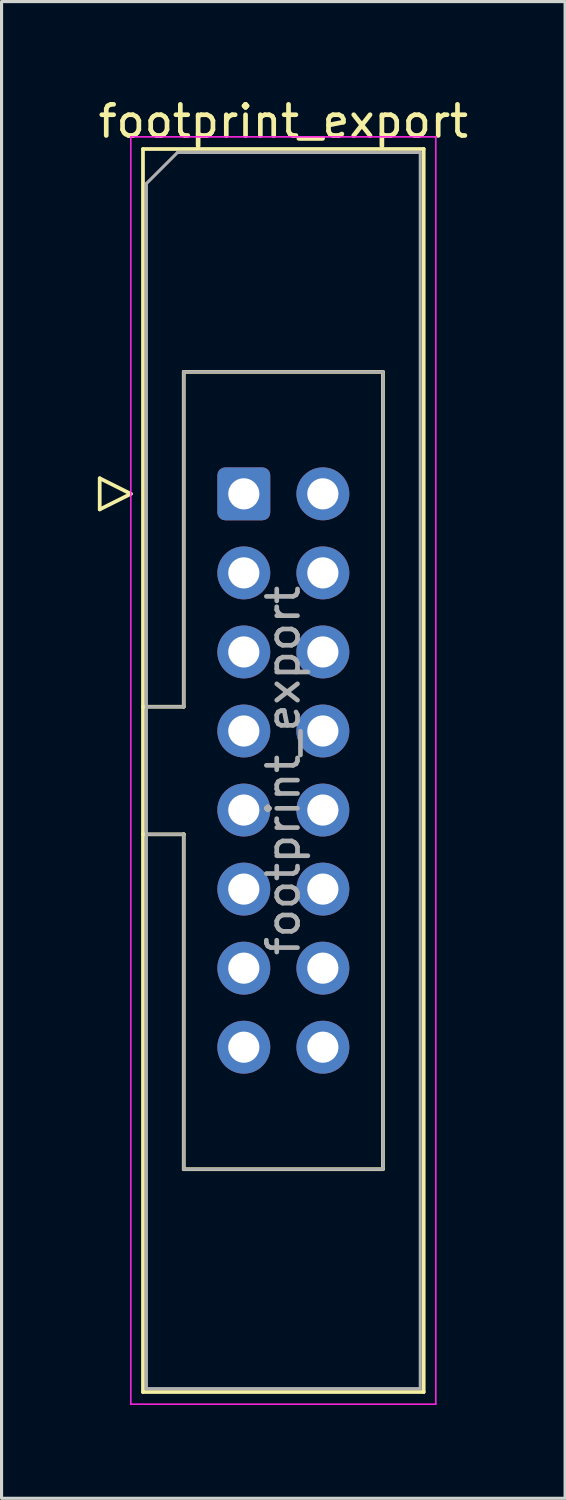
<source format=kicad_pcb>
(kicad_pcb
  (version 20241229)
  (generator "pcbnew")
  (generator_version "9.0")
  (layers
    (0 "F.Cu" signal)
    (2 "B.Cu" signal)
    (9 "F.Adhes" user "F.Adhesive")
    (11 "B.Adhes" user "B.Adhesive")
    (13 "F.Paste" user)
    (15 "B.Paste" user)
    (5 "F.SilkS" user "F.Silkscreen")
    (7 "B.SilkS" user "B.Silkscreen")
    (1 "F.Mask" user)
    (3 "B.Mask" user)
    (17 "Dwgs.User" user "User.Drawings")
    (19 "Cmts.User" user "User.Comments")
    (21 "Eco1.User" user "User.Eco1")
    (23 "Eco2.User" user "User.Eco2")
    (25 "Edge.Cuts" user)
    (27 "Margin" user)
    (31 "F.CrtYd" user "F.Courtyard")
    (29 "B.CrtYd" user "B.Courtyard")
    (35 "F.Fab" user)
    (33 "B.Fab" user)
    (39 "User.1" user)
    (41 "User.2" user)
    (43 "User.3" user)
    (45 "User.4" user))
  (footprint "footprint_export"
    (layer "F.Cu")
    (at 4.784 12.818)
    (property "Reference" "footprint_export" (at 1.27 -11.97 0) (layer "F.SilkS") (effects (font (size 1 1) (thickness 0.15))))
    (attr through_hole)
    (fp_line (start -4.63 -0.5) (end -4.63 0.5) (stroke (width 0.12) (type solid)) (layer "F.SilkS"))
    (fp_line (start -4.63 0.5) (end -3.63 0) (stroke (width 0.12) (type solid)) (layer "F.SilkS"))
    (fp_line (start -3.63 0) (end -4.63 -0.5) (stroke (width 0.12) (type solid)) (layer "F.SilkS"))
    (fp_line (start -3.24 -11.08) (end 5.78 -11.08) (stroke (width 0.12) (type solid)) (layer "F.SilkS"))
    (fp_line (start -3.24 6.84) (end -1.93 6.84) (stroke (width 0.12) (type solid)) (layer "F.SilkS"))
    (fp_line (start -3.24 28.86) (end -3.24 -11.08) (stroke (width 0.12) (type solid)) (layer "F.SilkS"))
    (fp_line (start -1.93 -3.92) (end 4.47 -3.92) (stroke (width 0.12) (type solid)) (layer "F.SilkS"))
    (fp_line (start -1.93 6.84) (end -1.93 -3.92) (stroke (width 0.12) (type solid)) (layer "F.SilkS"))
    (fp_line (start -1.93 10.94) (end -3.24 10.94) (stroke (width 0.12) (type solid)) (layer "F.SilkS"))
    (fp_line (start -1.93 10.94) (end -1.93 10.94) (stroke (width 0.12) (type solid)) (layer "F.SilkS"))
    (fp_line (start -1.93 21.7) (end -1.93 10.94) (stroke (width 0.12) (type solid)) (layer "F.SilkS"))
    (fp_line (start 4.47 -3.92) (end 4.47 21.7) (stroke (width 0.12) (type solid)) (layer "F.SilkS"))
    (fp_line (start 4.47 21.7) (end -1.93 21.7) (stroke (width 0.12) (type solid)) (layer "F.SilkS"))
    (fp_line (start 5.78 -11.08) (end 5.78 28.86) (stroke (width 0.12) (type solid)) (layer "F.SilkS"))
    (fp_line (start 5.78 28.86) (end -3.24 28.86) (stroke (width 0.12) (type solid)) (layer "F.SilkS"))
    (fp_line (start -3.63 -11.47) (end -3.63 29.25) (stroke (width 0.05) (type solid)) (layer "F.CrtYd"))
    (fp_line (start -3.63 29.25) (end 6.17 29.25) (stroke (width 0.05) (type solid)) (layer "F.CrtYd"))
    (fp_line (start 6.17 -11.47) (end -3.63 -11.47) (stroke (width 0.05) (type solid)) (layer "F.CrtYd"))
    (fp_line (start 6.17 29.25) (end 6.17 -11.47) (stroke (width 0.05) (type solid)) (layer "F.CrtYd"))
    (fp_line (start -3.13 -9.97) (end -2.13 -10.97) (stroke (width 0.1) (type solid)) (layer "F.Fab"))
    (fp_line (start -3.13 6.84) (end -1.93 6.84) (stroke (width 0.1) (type solid)) (layer "F.Fab"))
    (fp_line (start -3.13 28.75) (end -3.13 -9.97) (stroke (width 0.1) (type solid)) (layer "F.Fab"))
    (fp_line (start -2.13 -10.97) (end 5.67 -10.97) (stroke (width 0.1) (type solid)) (layer "F.Fab"))
    (fp_line (start -1.93 -3.92) (end 4.47 -3.92) (stroke (width 0.1) (type solid)) (layer "F.Fab"))
    (fp_line (start -1.93 6.84) (end -1.93 -3.92) (stroke (width 0.1) (type solid)) (layer "F.Fab"))
    (fp_line (start -1.93 10.94) (end -3.13 10.94) (stroke (width 0.1) (type solid)) (layer "F.Fab"))
    (fp_line (start -1.93 10.94) (end -1.93 10.94) (stroke (width 0.1) (type solid)) (layer "F.Fab"))
    (fp_line (start -1.93 21.7) (end -1.93 10.94) (stroke (width 0.1) (type solid)) (layer "F.Fab"))
    (fp_line (start 4.47 -3.92) (end 4.47 21.7) (stroke (width 0.1) (type solid)) (layer "F.Fab"))
    (fp_line (start 4.47 21.7) (end -1.93 21.7) (stroke (width 0.1) (type solid)) (layer "F.Fab"))
    (fp_line (start 5.67 -10.97) (end 5.67 28.75) (stroke (width 0.1) (type solid)) (layer "F.Fab"))
    (fp_line (start 5.67 28.75) (end -3.13 28.75) (stroke (width 0.1) (type solid)) (layer "F.Fab"))
    (fp_text user "${REFERENCE}" (at 1.27 8.89 90) (layer "F.Fab") (effects (font (size 1 1) (thickness 0.15))))
    (pad "1" thru_hole roundrect (at 0 0) (size 1.7 1.7) (drill 1) (layers "*.Cu" "*.Mask") (roundrect_rratio 0.147))
    (pad "2" thru_hole circle (at 2.54 0) (size 1.7 1.7) (drill 1) (layers "*.Cu" "*.Mask"))
    (pad "3" thru_hole circle (at 0 2.54) (size 1.7 1.7) (drill 1) (layers "*.Cu" "*.Mask"))
    (pad "4" thru_hole circle (at 2.54 2.54) (size 1.7 1.7) (drill 1) (layers "*.Cu" "*.Mask"))
    (pad "5" thru_hole circle (at 0 5.08) (size 1.7 1.7) (drill 1) (layers "*.Cu" "*.Mask"))
    (pad "6" thru_hole circle (at 2.54 5.08) (size 1.7 1.7) (drill 1) (layers "*.Cu" "*.Mask"))
    (pad "7" thru_hole circle (at 0 7.62) (size 1.7 1.7) (drill 1) (layers "*.Cu" "*.Mask"))
    (pad "8" thru_hole circle (at 2.54 7.62) (size 1.7 1.7) (drill 1) (layers "*.Cu" "*.Mask"))
    (pad "9" thru_hole circle (at 0 10.16) (size 1.7 1.7) (drill 1) (layers "*.Cu" "*.Mask"))
    (pad "10" thru_hole circle (at 2.54 10.16) (size 1.7 1.7) (drill 1) (layers "*.Cu" "*.Mask"))
    (pad "11" thru_hole circle (at 0 12.7) (size 1.7 1.7) (drill 1) (layers "*.Cu" "*.Mask"))
    (pad "12" thru_hole circle (at 2.54 12.7) (size 1.7 1.7) (drill 1) (layers "*.Cu" "*.Mask"))
    (pad "13" thru_hole circle (at 0 15.24) (size 1.7 1.7) (drill 1) (layers "*.Cu" "*.Mask"))
    (pad "14" thru_hole circle (at 2.54 15.24) (size 1.7 1.7) (drill 1) (layers "*.Cu" "*.Mask"))
    (pad "15" thru_hole circle (at 0 17.78) (size 1.7 1.7) (drill 1) (layers "*.Cu" "*.Mask"))
    (pad "16" thru_hole circle (at 2.54 17.78) (size 1.7 1.7) (drill 1) (layers "*.Cu" "*.Mask")))
  (gr_rect
    (start -3 -3)
    (end 15.107 45.093)
    (stroke (width 0.1) (type default))
    (fill no)
    (layer "Edge.Cuts")))
</source>
